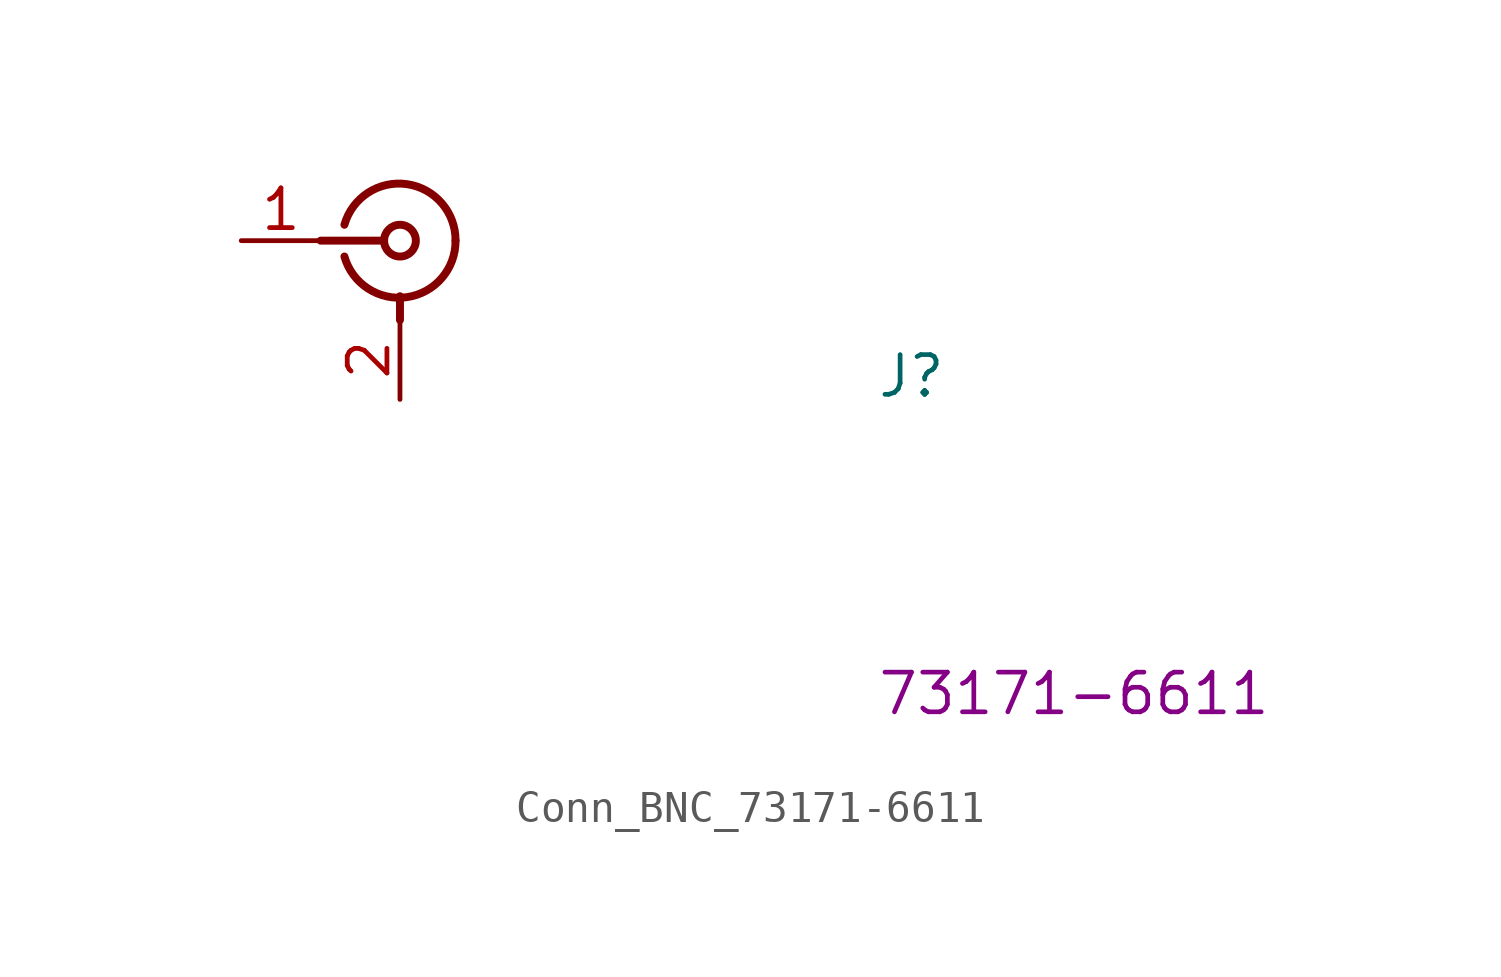
<source format=kicad_sym>
(kicad_symbol_lib
  (version 20220914)
  (generator kicad_symbol_editor)
  (symbol "Conn_BNC_73171-6611"
    (pin_names hide)
    (property "Reference" "J"
      (at 20.32 -5.08 0)
      (effects (font (size 1.27 1.27) (thickness 0.15)) (justify left bottom)))
    (property "MPN" "73171-6611"
      (at 20.32 -15.24 0)
      (effects (font (size 1.27 1.27) (thickness 0.15)) (justify left bottom)))
    (symbol "Conn_BNC_73171-6611_1_1"
      (polyline (pts (xy 2.54 0) (xy 4.572 0)) (stroke (width 0.254) (type default)) (fill (type none)))
      (polyline (pts (xy 5.08 -2.54) (xy 5.08 -1.778)) (stroke (width 0.254) (type default)) (fill (type none)))
      (arc (start 3.302 -0.508) (mid 5.302 -1.808) (end 6.858 0) (stroke (width 0.254) (type default)) (fill (type none)))
      (circle (center 5.08 0) (radius 0.508) (stroke (width 0.254) (type default)) (fill (type none)))
      (arc (start 6.858 0) (mid 5.302 1.8083) (end 3.302 0.508) (stroke (width 0.254) (type default)) (fill (type none)))
      (pin passive line (at 0 0 0) (length 2.54) (name "1" (effects (font (size 1.27 1.27)))) (number "1" (effects (font (size 1.27 1.27)))))
      (pin passive line (at 5.08 -5.08 90) (length 2.54) (name "2" (effects (font (size 1.27 1.27)))) (number "2" (effects (font (size 1.27 1.27))))))))
</source>
